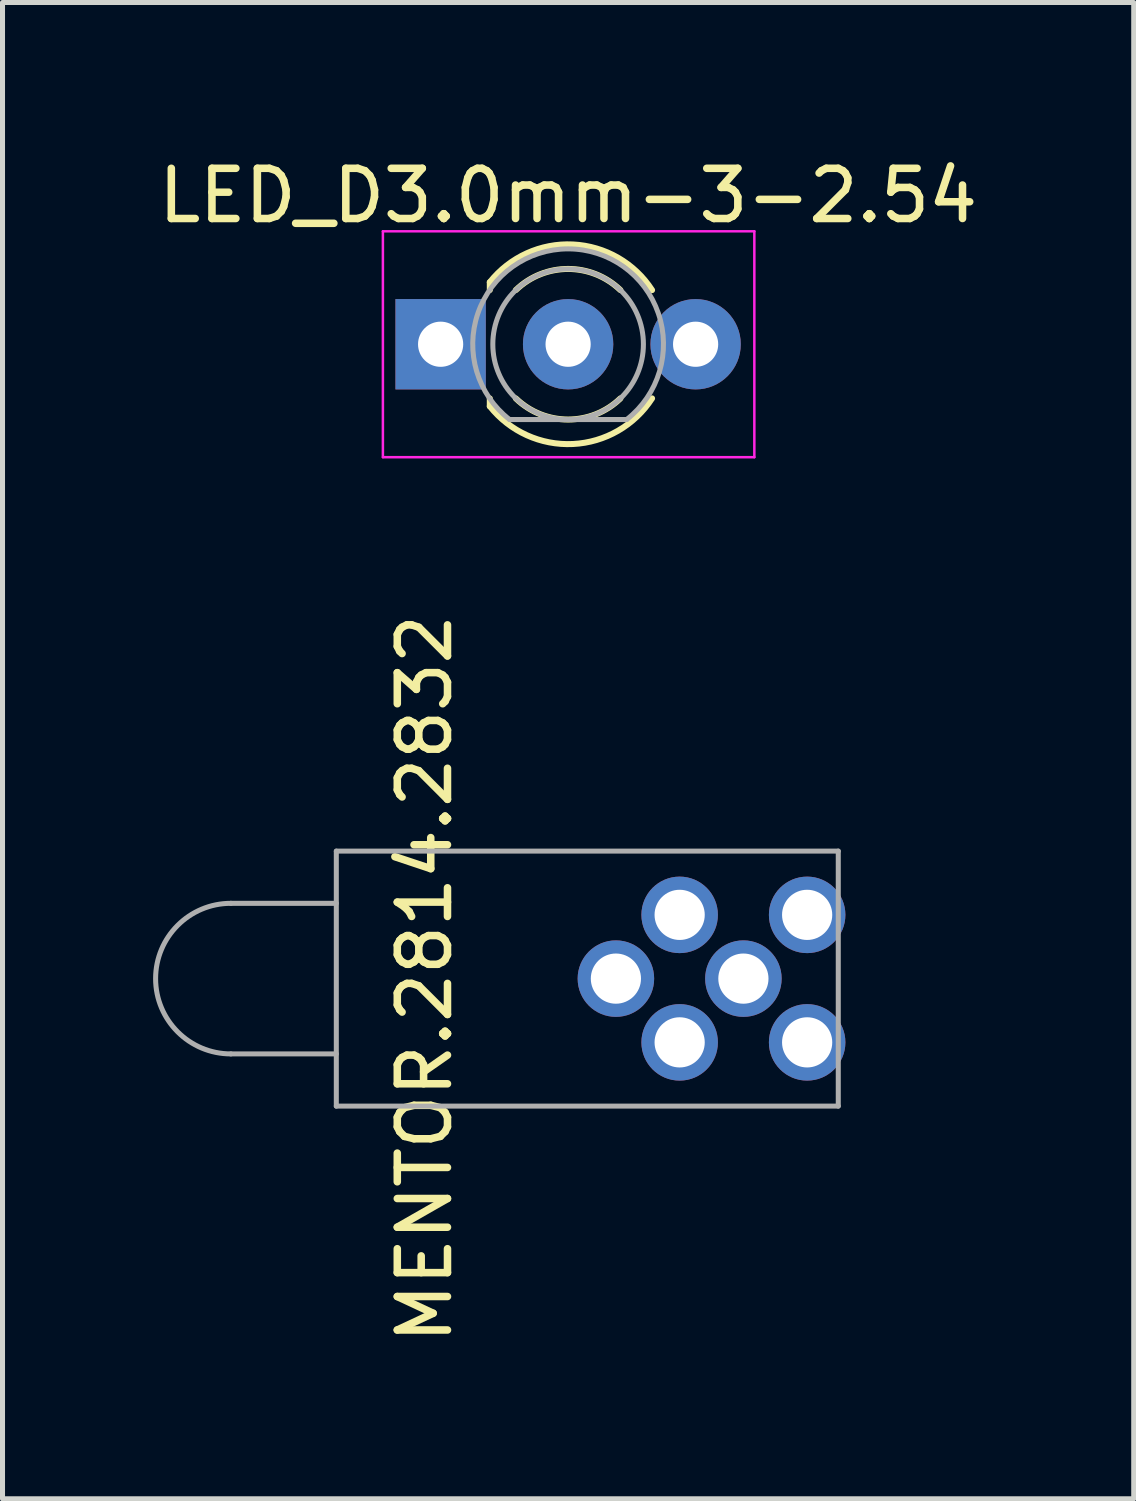
<source format=kicad_pcb>
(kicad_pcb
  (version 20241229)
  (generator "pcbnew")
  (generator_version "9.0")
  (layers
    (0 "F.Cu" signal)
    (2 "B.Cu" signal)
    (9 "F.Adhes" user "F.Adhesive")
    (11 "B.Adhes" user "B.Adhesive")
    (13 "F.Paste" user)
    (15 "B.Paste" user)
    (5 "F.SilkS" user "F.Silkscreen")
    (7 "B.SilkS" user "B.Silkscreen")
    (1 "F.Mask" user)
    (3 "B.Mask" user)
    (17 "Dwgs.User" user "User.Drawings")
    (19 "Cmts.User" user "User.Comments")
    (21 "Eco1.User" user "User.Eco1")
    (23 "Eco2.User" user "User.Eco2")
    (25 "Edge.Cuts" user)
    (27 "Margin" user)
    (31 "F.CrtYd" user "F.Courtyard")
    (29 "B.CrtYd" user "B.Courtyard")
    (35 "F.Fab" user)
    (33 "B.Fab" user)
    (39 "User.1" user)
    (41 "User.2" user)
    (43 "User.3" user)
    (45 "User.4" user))
  (footprint "LED_D3.0mm-3-2.54"
    (layer "F.Cu")
    (at 5.728 3.808)
    (property "Reference" "LED_D3.0mm-3-2.54" (at 2.54 -2.96 0) (layer "F.SilkS") (effects (font (size 1 1) (thickness 0.15))))
    (attr through_hole)
    (fp_line (start 0.98 -1.236) (end 0.98 -1.08) (stroke (width 0.12) (type solid)) (layer "F.SilkS"))
    (fp_line (start 0.98 1.08) (end 0.98 1.236) (stroke (width 0.12) (type solid)) (layer "F.SilkS"))
    (fp_arc (start 0.98 -1.235516) (mid 2.636487 -1.987659) (end 4.212335 -1.078608) (stroke (width 0.12) (type solid)) (layer "F.SilkS"))
    (fp_arc (start 1.499039 -1.08) (mid 2.540117 -1.5) (end 3.58113 -1.079837) (stroke (width 0.12) (type solid)) (layer "F.SilkS"))
    (fp_arc (start 3.58113 1.079837) (mid 2.540117 1.5) (end 1.499039 1.08) (stroke (width 0.12) (type solid)) (layer "F.SilkS"))
    (fp_arc (start 4.212335 1.078608) (mid 2.636487 1.987659) (end 0.98 1.235516) (stroke (width 0.12) (type solid)) (layer "F.SilkS"))
    (fp_line (start -1.15 -2.25) (end -1.15 2.25) (stroke (width 0.05) (type solid)) (layer "F.CrtYd"))
    (fp_line (start -1.15 2.25) (end 6.25 2.25) (stroke (width 0.05) (type solid)) (layer "F.CrtYd"))
    (fp_line (start 6.25 -2.25) (end -1.15 -2.25) (stroke (width 0.05) (type solid)) (layer "F.CrtYd"))
    (fp_line (start 6.25 2.25) (end 6.25 -2.25) (stroke (width 0.05) (type solid)) (layer "F.CrtYd"))
    (fp_line (start 1.374 1.5) (end 3.706 1.5) (stroke (width 0.1) (type solid)) (layer "F.Fab"))
    (fp_arc (start 1.37381 1.5) (mid 2.540452 -1.9) (end 3.705476 1.500555) (stroke (width 0.1) (type solid)) (layer "F.Fab"))
    (fp_circle (center 2.54 0) (end 2.54 -1.5) (stroke (width 0.1) (type solid)) (fill no) (layer "F.Fab"))
    (pad "1" thru_hole rect (at 0 0) (size 1.8 1.8) (drill 0.9) (layers "*.Cu" "*.Mask"))
    (pad "2" thru_hole circle (at 2.54 0) (size 1.8 1.8) (drill 0.9) (layers "*.Cu" "*.Mask"))
    (pad "3" thru_hole circle (at 5.08 0) (size 1.8 1.8) (drill 0.9) (layers "*.Cu" "*.Mask")))
  (footprint "MENTOR.2814.2832"
    (layer "F.Cu")
    (at 10.49 16.446)
    (property "Reference" "MENTOR.2814.2832" (at -5.08 0 90) (unlocked yes) (layer "F.SilkS") (effects (font (size 1 1) (thickness 0.15))))
    (fp_line (start -6.84 -2.54) (end -6.84 2.54) (stroke (width 0.1) (type solid)) (layer "F.Fab"))
    (fp_line (start -6.84 -1.5) (end -8.94 -1.5) (stroke (width 0.1) (type solid)) (layer "F.Fab"))
    (fp_line (start -6.84 1.5) (end -8.94 1.5) (stroke (width 0.1) (type solid)) (layer "F.Fab"))
    (fp_line (start -6.84 2.54) (end 3.16 2.54) (stroke (width 0.1) (type solid)) (layer "F.Fab"))
    (fp_line (start 3.16 -2.54) (end -6.84 -2.54) (stroke (width 0.1) (type solid)) (layer "F.Fab"))
    (fp_line (start 3.16 2.54) (end 3.16 -2.54) (stroke (width 0.1) (type solid)) (layer "F.Fab"))
    (fp_arc (start -8.94 1.5) (mid -10.44 0) (end -8.94 -1.5) (stroke (width 0.1) (type solid)) (layer "F.Fab"))
    (pad "B1" thru_hole circle (at 0 1.27) (size 1.524 1.524) (drill 1) (layers "*.Cu" "*.Mask"))
    (pad "B2" thru_hole circle (at -1.27 0) (size 1.524 1.524) (drill 1) (layers "*.Cu" "*.Mask"))
    (pad "B3" thru_hole circle (at 0 -1.27) (size 1.524 1.524) (drill 1) (layers "*.Cu" "*.Mask"))
    (pad "T1" thru_hole circle (at 2.54 1.27) (size 1.524 1.524) (drill 1) (layers "*.Cu" "*.Mask"))
    (pad "T2" thru_hole circle (at 1.27 0) (size 1.524 1.524) (drill 1) (layers "*.Cu" "*.Mask"))
    (pad "T3" thru_hole circle (at 2.54 -1.27) (size 1.524 1.524) (drill 1) (layers "*.Cu" "*.Mask")))
  (gr_rect
    (start -3 -3)
    (end 19.536 26.809)
    (stroke (width 0.1) (type default))
    (fill no)
    (layer "Edge.Cuts")))
</source>
